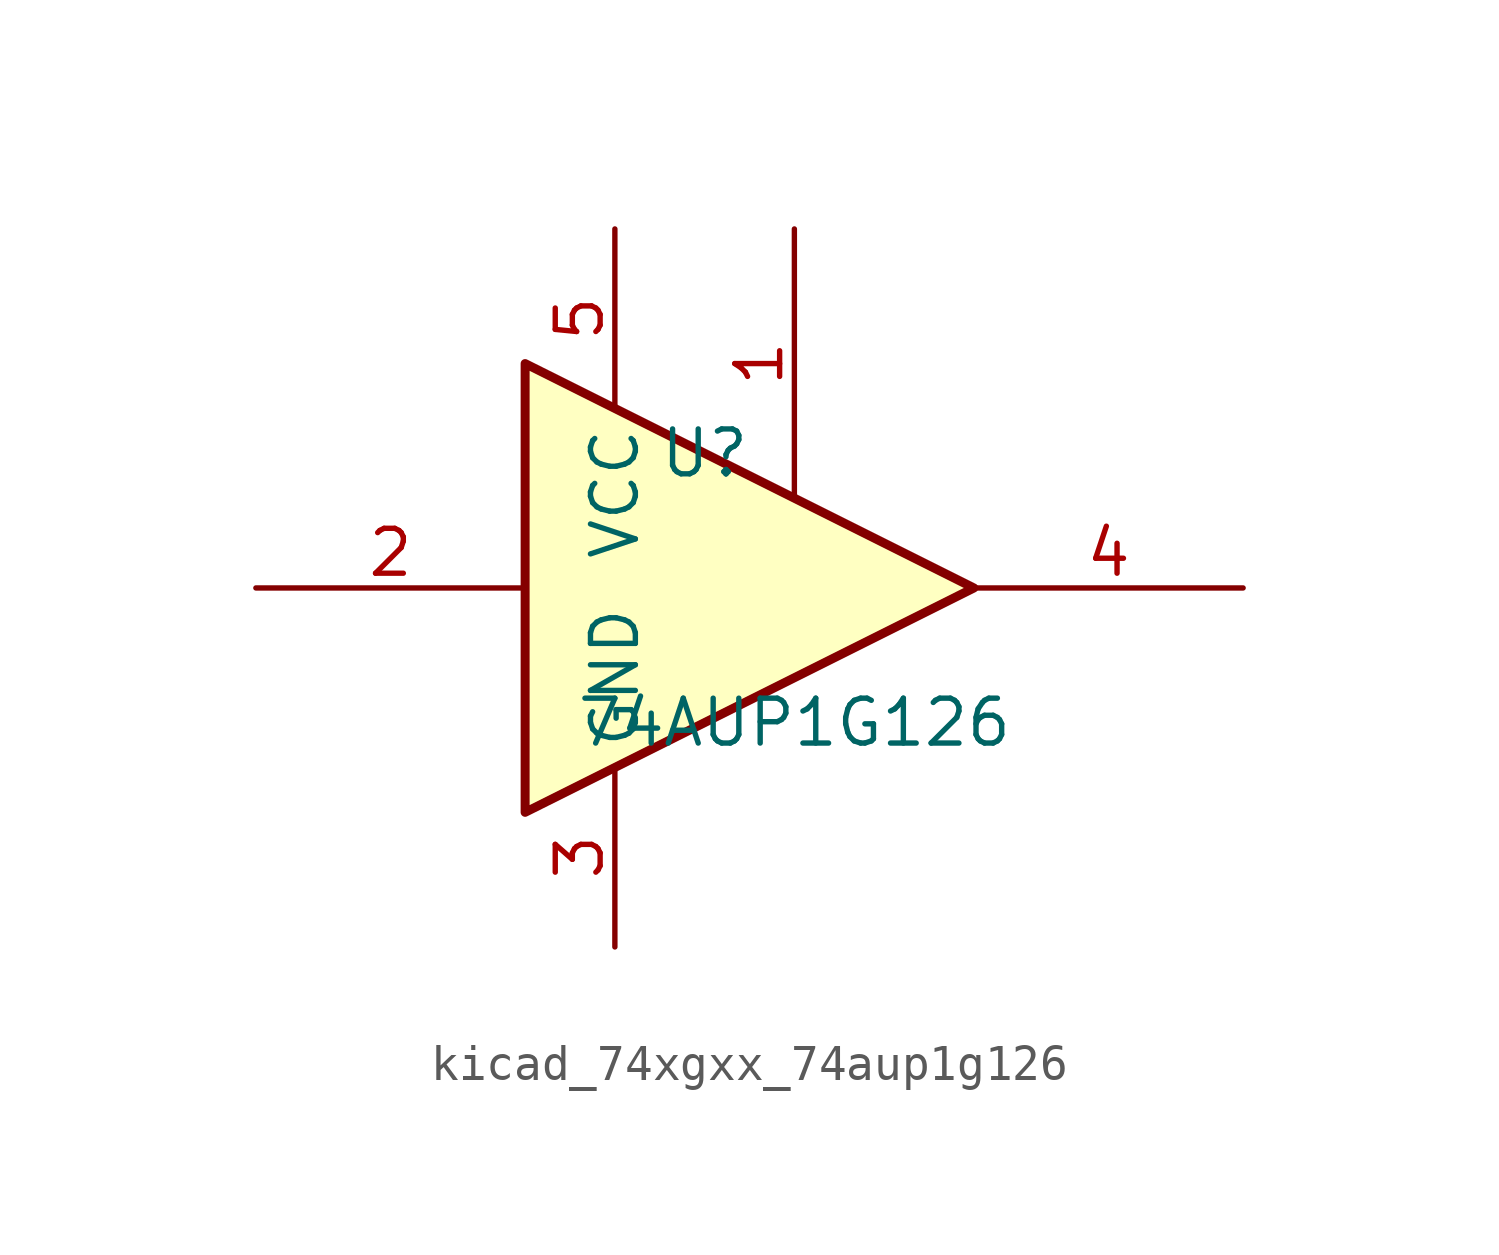
<source format=kicad_sym>
(kicad_symbol_lib
  (version 20220914)
  (generator kicad_symbol_editor)
  (symbol "kicad_74xgxx_74aup1g126"
    (property "Reference" "U"
      (at -2.54 3.81 0)
      (effects (font (size 1.27 1.27))))
    (property "Value" "74AUP1G126"
      (at 0 -3.81 0)
      (effects (font (size 1.27 1.27))))
    (symbol "kicad_74xgxx_74aup1g126_0_1"
      (polyline (pts (xy -7.62 6.35) (xy -7.62 -6.35) (xy 5.08 0) (xy -7.62 6.35)) (stroke (width 0.254) (type default)) (fill (type background))))
    (symbol "kicad_74xgxx_74aup1g126_1_1"
      (pin input line (at 0 10.16 270) (length 7.62) (name "~" (effects (font (size 1.27 1.27)))) (number "1" (effects (font (size 1.27 1.27)))))
      (pin input line (at -15.24 0 0) (length 7.62) (name "~" (effects (font (size 1.27 1.27)))) (number "2" (effects (font (size 1.27 1.27)))))
      (pin power_in line (at -5.08 -10.16 90) (length 5.08) (name "GND" (effects (font (size 1.27 1.27)))) (number "3" (effects (font (size 1.27 1.27)))))
      (pin tri_state line (at 12.7 0 180) (length 7.62) (name "~" (effects (font (size 1.27 1.27)))) (number "4" (effects (font (size 1.27 1.27)))))
      (pin power_in line (at -5.08 10.16 270) (length 5.08) (name "VCC" (effects (font (size 1.27 1.27)))) (number "5" (effects (font (size 1.27 1.27))))))))
</source>
